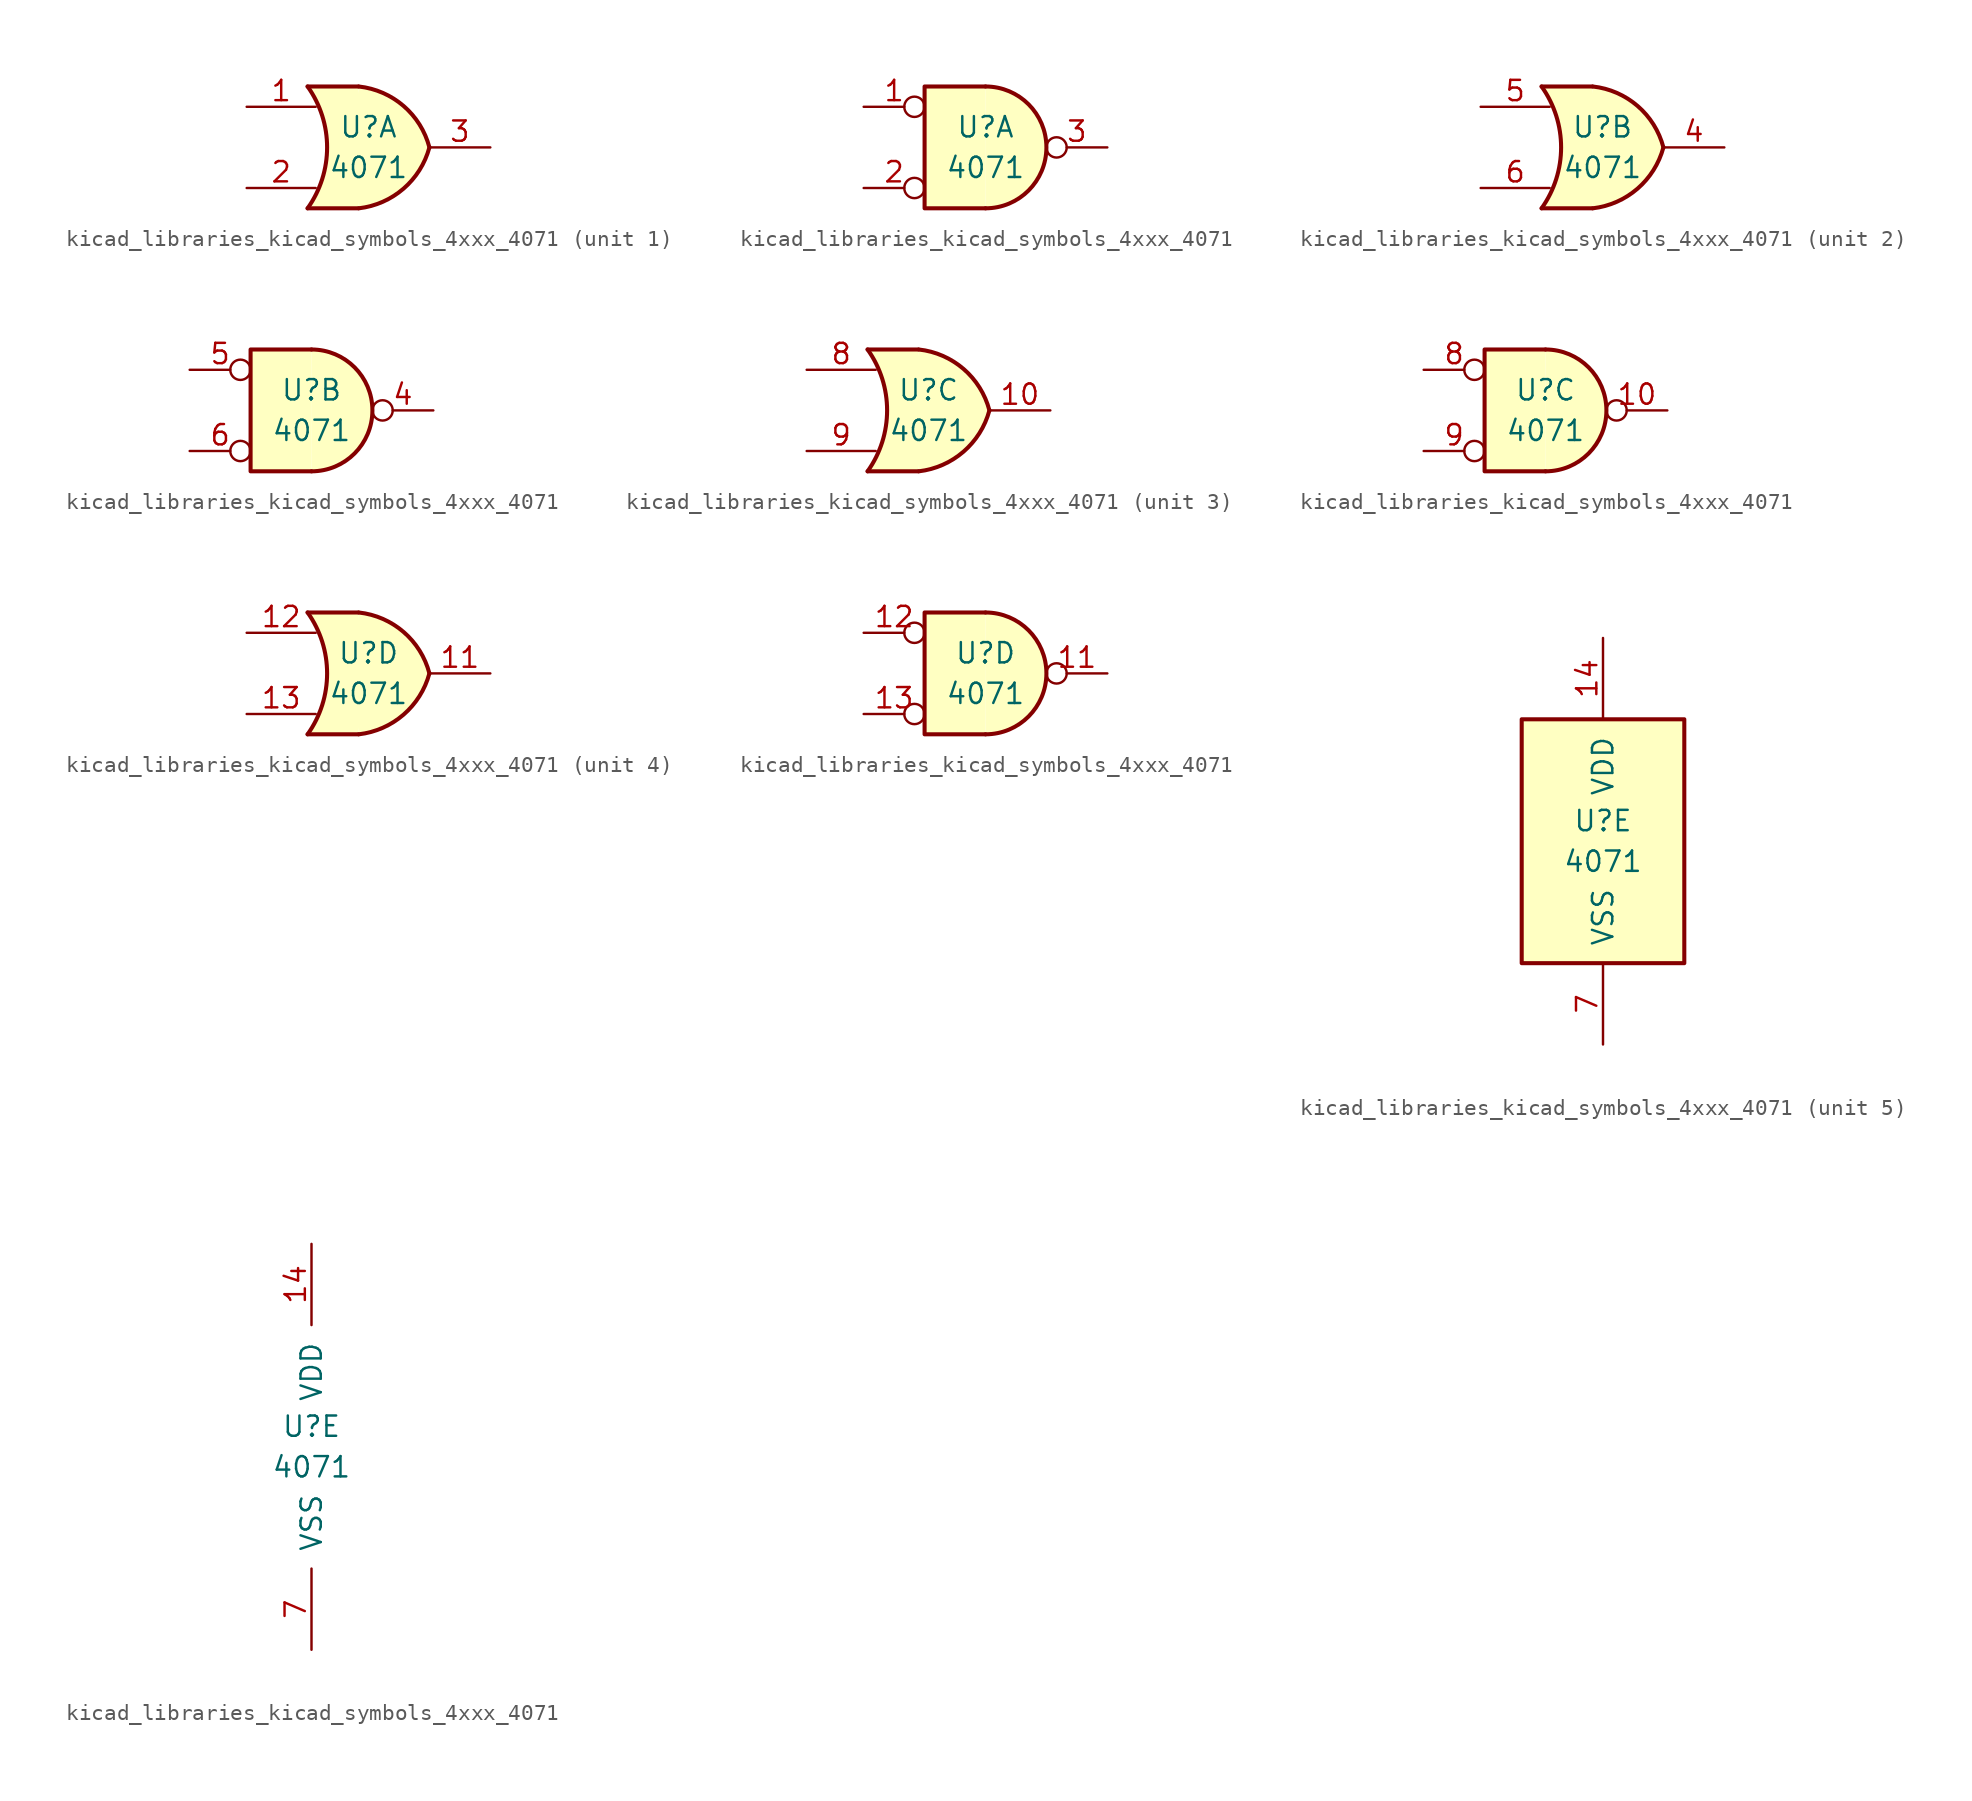
<source format=kicad_sym>
(kicad_symbol_lib
  (version 20220914)
  (generator kicad_symbol_editor)
  (symbol "kicad_libraries_kicad_symbols_4xxx_4071"
    (pin_names
      (offset 1.016))
    (property "Reference" "U"
      (at 0 1.27 0)
      (effects (font (size 1.27 1.27))))
    (property "Value" "4071"
      (at 0 -1.27 0)
      (effects (font (size 1.27 1.27))))
    (property "ki_locked" ""
      (at 0 0 0)
      (effects (font (size 1.27 1.27))))
    (symbol "kicad_libraries_kicad_symbols_4xxx_4071_1_1"
      (arc (start -3.81 -3.81) (mid -2.589 0) (end -3.81 3.81) (stroke (width 0.254) (type default)) (fill (type none)))
      (arc (start -0.6096 -3.81) (mid 2.1842 -2.5851) (end 3.81 0) (stroke (width 0.254) (type default)) (fill (type background)))
      (polyline (pts (xy -3.81 -3.81) (xy -0.635 -3.81)) (stroke (width 0.254) (type default)) (fill (type background)))
      (polyline (pts (xy -3.81 3.81) (xy -0.635 3.81)) (stroke (width 0.254) (type default)) (fill (type background)))
      (polyline (pts (xy -0.635 3.81) (xy -3.81 3.81) (xy -3.81 3.81) (xy -3.556 3.404) (xy -3.023 2.261) (xy -2.692 1.041) (xy -2.616 -0.254) (xy -2.769 -1.499) (xy -3.175 -2.718) (xy -3.81 -3.81) (xy -3.81 -3.81) (xy -0.635 -3.81)) (stroke (width -25.4) (type default)) (fill (type background)))
      (arc (start 3.81 0) (mid 2.1915 2.5936) (end -0.6096 3.81) (stroke (width 0.254) (type default)) (fill (type background)))
      (pin input line (at -7.62 2.54 0) (length 4.318) (name "~" (effects (font (size 1.27 1.27)))) (number "1" (effects (font (size 1.27 1.27)))))
      (pin input line (at -7.62 -2.54 0) (length 4.318) (name "~" (effects (font (size 1.27 1.27)))) (number "2" (effects (font (size 1.27 1.27)))))
      (pin output line (at 7.62 0 180) (length 3.81) (name "~" (effects (font (size 1.27 1.27)))) (number "3" (effects (font (size 1.27 1.27))))))
    (symbol "kicad_libraries_kicad_symbols_4xxx_4071_1_2"
      (arc (start 0 -3.81) (mid 3.7934 0) (end 0 3.81) (stroke (width 0.254) (type default)) (fill (type background)))
      (polyline (pts (xy 0 3.81) (xy -3.81 3.81) (xy -3.81 -3.81) (xy 0 -3.81)) (stroke (width 0.254) (type default)) (fill (type background)))
      (pin input inverted (at -7.62 2.54 0) (length 3.81) (name "~" (effects (font (size 1.27 1.27)))) (number "1" (effects (font (size 1.27 1.27)))))
      (pin input inverted (at -7.62 -2.54 0) (length 3.81) (name "~" (effects (font (size 1.27 1.27)))) (number "2" (effects (font (size 1.27 1.27)))))
      (pin output inverted (at 7.62 0 180) (length 3.81) (name "~" (effects (font (size 1.27 1.27)))) (number "3" (effects (font (size 1.27 1.27))))))
    (symbol "kicad_libraries_kicad_symbols_4xxx_4071_2_1"
      (arc (start -3.81 -3.81) (mid -2.589 0) (end -3.81 3.81) (stroke (width 0.254) (type default)) (fill (type none)))
      (arc (start -0.6096 -3.81) (mid 2.1842 -2.5851) (end 3.81 0) (stroke (width 0.254) (type default)) (fill (type background)))
      (polyline (pts (xy -3.81 -3.81) (xy -0.635 -3.81)) (stroke (width 0.254) (type default)) (fill (type background)))
      (polyline (pts (xy -3.81 3.81) (xy -0.635 3.81)) (stroke (width 0.254) (type default)) (fill (type background)))
      (polyline (pts (xy -0.635 3.81) (xy -3.81 3.81) (xy -3.81 3.81) (xy -3.556 3.404) (xy -3.023 2.261) (xy -2.692 1.041) (xy -2.616 -0.254) (xy -2.769 -1.499) (xy -3.175 -2.718) (xy -3.81 -3.81) (xy -3.81 -3.81) (xy -0.635 -3.81)) (stroke (width -25.4) (type default)) (fill (type background)))
      (arc (start 3.81 0) (mid 2.1915 2.5936) (end -0.6096 3.81) (stroke (width 0.254) (type default)) (fill (type background)))
      (pin output line (at 7.62 0 180) (length 3.81) (name "~" (effects (font (size 1.27 1.27)))) (number "4" (effects (font (size 1.27 1.27)))))
      (pin input line (at -7.62 2.54 0) (length 4.318) (name "~" (effects (font (size 1.27 1.27)))) (number "5" (effects (font (size 1.27 1.27)))))
      (pin input line (at -7.62 -2.54 0) (length 4.318) (name "~" (effects (font (size 1.27 1.27)))) (number "6" (effects (font (size 1.27 1.27))))))
    (symbol "kicad_libraries_kicad_symbols_4xxx_4071_2_2"
      (arc (start 0 -3.81) (mid 3.7934 0) (end 0 3.81) (stroke (width 0.254) (type default)) (fill (type background)))
      (polyline (pts (xy 0 3.81) (xy -3.81 3.81) (xy -3.81 -3.81) (xy 0 -3.81)) (stroke (width 0.254) (type default)) (fill (type background)))
      (pin output inverted (at 7.62 0 180) (length 3.81) (name "~" (effects (font (size 1.27 1.27)))) (number "4" (effects (font (size 1.27 1.27)))))
      (pin input inverted (at -7.62 2.54 0) (length 3.81) (name "~" (effects (font (size 1.27 1.27)))) (number "5" (effects (font (size 1.27 1.27)))))
      (pin input inverted (at -7.62 -2.54 0) (length 3.81) (name "~" (effects (font (size 1.27 1.27)))) (number "6" (effects (font (size 1.27 1.27))))))
    (symbol "kicad_libraries_kicad_symbols_4xxx_4071_3_1"
      (arc (start -3.81 -3.81) (mid -2.589 0) (end -3.81 3.81) (stroke (width 0.254) (type default)) (fill (type none)))
      (arc (start -0.6096 -3.81) (mid 2.1842 -2.5851) (end 3.81 0) (stroke (width 0.254) (type default)) (fill (type background)))
      (polyline (pts (xy -3.81 -3.81) (xy -0.635 -3.81)) (stroke (width 0.254) (type default)) (fill (type background)))
      (polyline (pts (xy -3.81 3.81) (xy -0.635 3.81)) (stroke (width 0.254) (type default)) (fill (type background)))
      (polyline (pts (xy -0.635 3.81) (xy -3.81 3.81) (xy -3.81 3.81) (xy -3.556 3.404) (xy -3.023 2.261) (xy -2.692 1.041) (xy -2.616 -0.254) (xy -2.769 -1.499) (xy -3.175 -2.718) (xy -3.81 -3.81) (xy -3.81 -3.81) (xy -0.635 -3.81)) (stroke (width -25.4) (type default)) (fill (type background)))
      (arc (start 3.81 0) (mid 2.1915 2.5936) (end -0.6096 3.81) (stroke (width 0.254) (type default)) (fill (type background)))
      (pin output line (at 7.62 0 180) (length 3.81) (name "~" (effects (font (size 1.27 1.27)))) (number "10" (effects (font (size 1.27 1.27)))))
      (pin input line (at -7.62 2.54 0) (length 4.318) (name "~" (effects (font (size 1.27 1.27)))) (number "8" (effects (font (size 1.27 1.27)))))
      (pin input line (at -7.62 -2.54 0) (length 4.318) (name "~" (effects (font (size 1.27 1.27)))) (number "9" (effects (font (size 1.27 1.27))))))
    (symbol "kicad_libraries_kicad_symbols_4xxx_4071_3_2"
      (arc (start 0 -3.81) (mid 3.7934 0) (end 0 3.81) (stroke (width 0.254) (type default)) (fill (type background)))
      (polyline (pts (xy 0 3.81) (xy -3.81 3.81) (xy -3.81 -3.81) (xy 0 -3.81)) (stroke (width 0.254) (type default)) (fill (type background)))
      (pin output inverted (at 7.62 0 180) (length 3.81) (name "~" (effects (font (size 1.27 1.27)))) (number "10" (effects (font (size 1.27 1.27)))))
      (pin input inverted (at -7.62 2.54 0) (length 3.81) (name "~" (effects (font (size 1.27 1.27)))) (number "8" (effects (font (size 1.27 1.27)))))
      (pin input inverted (at -7.62 -2.54 0) (length 3.81) (name "~" (effects (font (size 1.27 1.27)))) (number "9" (effects (font (size 1.27 1.27))))))
    (symbol "kicad_libraries_kicad_symbols_4xxx_4071_4_1"
      (arc (start -3.81 -3.81) (mid -2.589 0) (end -3.81 3.81) (stroke (width 0.254) (type default)) (fill (type none)))
      (arc (start -0.6096 -3.81) (mid 2.1842 -2.5851) (end 3.81 0) (stroke (width 0.254) (type default)) (fill (type background)))
      (polyline (pts (xy -3.81 -3.81) (xy -0.635 -3.81)) (stroke (width 0.254) (type default)) (fill (type background)))
      (polyline (pts (xy -3.81 3.81) (xy -0.635 3.81)) (stroke (width 0.254) (type default)) (fill (type background)))
      (polyline (pts (xy -0.635 3.81) (xy -3.81 3.81) (xy -3.81 3.81) (xy -3.556 3.404) (xy -3.023 2.261) (xy -2.692 1.041) (xy -2.616 -0.254) (xy -2.769 -1.499) (xy -3.175 -2.718) (xy -3.81 -3.81) (xy -3.81 -3.81) (xy -0.635 -3.81)) (stroke (width -25.4) (type default)) (fill (type background)))
      (arc (start 3.81 0) (mid 2.1915 2.5936) (end -0.6096 3.81) (stroke (width 0.254) (type default)) (fill (type background)))
      (pin output line (at 7.62 0 180) (length 3.81) (name "~" (effects (font (size 1.27 1.27)))) (number "11" (effects (font (size 1.27 1.27)))))
      (pin input line (at -7.62 2.54 0) (length 4.318) (name "~" (effects (font (size 1.27 1.27)))) (number "12" (effects (font (size 1.27 1.27)))))
      (pin input line (at -7.62 -2.54 0) (length 4.318) (name "~" (effects (font (size 1.27 1.27)))) (number "13" (effects (font (size 1.27 1.27))))))
    (symbol "kicad_libraries_kicad_symbols_4xxx_4071_4_2"
      (arc (start 0 -3.81) (mid 3.7934 0) (end 0 3.81) (stroke (width 0.254) (type default)) (fill (type background)))
      (polyline (pts (xy 0 3.81) (xy -3.81 3.81) (xy -3.81 -3.81) (xy 0 -3.81)) (stroke (width 0.254) (type default)) (fill (type background)))
      (pin output inverted (at 7.62 0 180) (length 3.81) (name "~" (effects (font (size 1.27 1.27)))) (number "11" (effects (font (size 1.27 1.27)))))
      (pin input inverted (at -7.62 2.54 0) (length 3.81) (name "~" (effects (font (size 1.27 1.27)))) (number "12" (effects (font (size 1.27 1.27)))))
      (pin input inverted (at -7.62 -2.54 0) (length 3.81) (name "~" (effects (font (size 1.27 1.27)))) (number "13" (effects (font (size 1.27 1.27))))))
    (symbol "kicad_libraries_kicad_symbols_4xxx_4071_5_0"
      (pin power_in line (at 0 12.7 270) (length 5.08) (name "VDD" (effects (font (size 1.27 1.27)))) (number "14" (effects (font (size 1.27 1.27)))))
      (pin power_in line (at 0 -12.7 90) (length 5.08) (name "VSS" (effects (font (size 1.27 1.27)))) (number "7" (effects (font (size 1.27 1.27))))))
    (symbol "kicad_libraries_kicad_symbols_4xxx_4071_5_1"
      (rectangle (start -5.08 7.62) (end 5.08 -7.62) (stroke (width 0.254) (type default)) (fill (type background))))))
</source>
